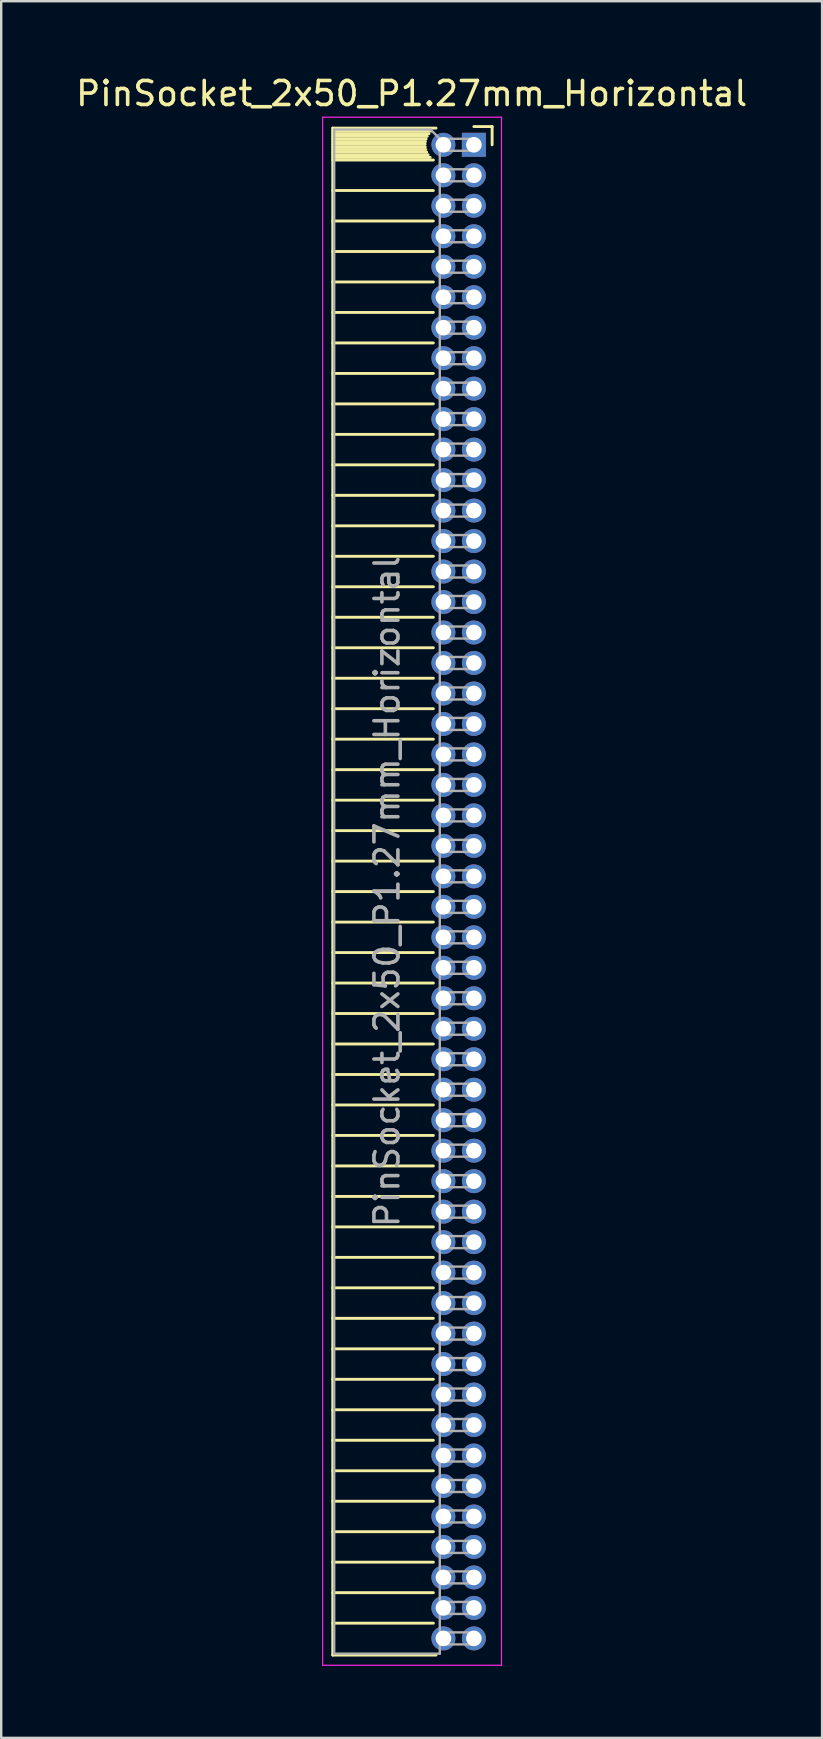
<source format=kicad_pcb>
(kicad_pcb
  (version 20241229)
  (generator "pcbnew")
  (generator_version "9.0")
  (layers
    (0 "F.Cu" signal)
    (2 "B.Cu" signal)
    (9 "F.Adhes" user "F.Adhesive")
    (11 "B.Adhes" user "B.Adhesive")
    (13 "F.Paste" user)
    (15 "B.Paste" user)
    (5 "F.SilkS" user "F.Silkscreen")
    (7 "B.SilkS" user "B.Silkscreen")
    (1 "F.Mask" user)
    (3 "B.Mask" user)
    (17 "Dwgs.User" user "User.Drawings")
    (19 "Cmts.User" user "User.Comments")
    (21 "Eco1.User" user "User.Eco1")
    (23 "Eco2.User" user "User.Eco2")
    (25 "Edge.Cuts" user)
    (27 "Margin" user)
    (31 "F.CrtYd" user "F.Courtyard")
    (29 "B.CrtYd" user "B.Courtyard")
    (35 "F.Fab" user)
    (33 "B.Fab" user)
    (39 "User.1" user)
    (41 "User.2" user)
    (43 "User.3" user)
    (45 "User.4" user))
  (footprint "PinSocket_2x50_P1.27mm_Horizontal"
    (layer "F.Cu")
    (at 16.694 2.983)
    (property "Reference" "PinSocket_2x50_P1.27mm_Horizontal" (at -2.592 -2.135 0) (layer "F.SilkS") (effects (font (size 1 1) (thickness 0.15))))
    (attr through_hole)
    (fp_line (start -5.88 -0.695) (end -5.88 62.925) (stroke (width 0.12) (type solid)) (layer "F.SilkS"))
    (fp_line (start -5.88 -0.695) (end -1.578 -0.695) (stroke (width 0.12) (type solid)) (layer "F.SilkS"))
    (fp_line (start -5.88 -0.575) (end -1.767 -0.575) (stroke (width 0.12) (type solid)) (layer "F.SilkS"))
    (fp_line (start -5.88 -0.465) (end -1.871 -0.465) (stroke (width 0.12) (type solid)) (layer "F.SilkS"))
    (fp_line (start -5.88 -0.355) (end -1.942 -0.355) (stroke (width 0.12) (type solid)) (layer "F.SilkS"))
    (fp_line (start -5.88 -0.245) (end -1.989 -0.245) (stroke (width 0.12) (type solid)) (layer "F.SilkS"))
    (fp_line (start -5.88 -0.135) (end -2.018 -0.135) (stroke (width 0.12) (type solid)) (layer "F.SilkS"))
    (fp_line (start -5.88 -0.025) (end -2.03 -0.025) (stroke (width 0.12) (type solid)) (layer "F.SilkS"))
    (fp_line (start -5.88 0.085) (end -2.025 0.085) (stroke (width 0.12) (type solid)) (layer "F.SilkS"))
    (fp_line (start -5.88 0.195) (end -2.005 0.195) (stroke (width 0.12) (type solid)) (layer "F.SilkS"))
    (fp_line (start -5.88 0.305) (end -1.966 0.305) (stroke (width 0.12) (type solid)) (layer "F.SilkS"))
    (fp_line (start -5.88 0.415) (end -1.907 0.415) (stroke (width 0.12) (type solid)) (layer "F.SilkS"))
    (fp_line (start -5.88 0.525) (end -1.82 0.525) (stroke (width 0.12) (type solid)) (layer "F.SilkS"))
    (fp_line (start -5.88 0.635) (end -1.688 0.635) (stroke (width 0.12) (type solid)) (layer "F.SilkS"))
    (fp_line (start -5.88 1.905) (end -1.688 1.905) (stroke (width 0.12) (type solid)) (layer "F.SilkS"))
    (fp_line (start -5.88 3.175) (end -1.688 3.175) (stroke (width 0.12) (type solid)) (layer "F.SilkS"))
    (fp_line (start -5.88 4.445) (end -1.688 4.445) (stroke (width 0.12) (type solid)) (layer "F.SilkS"))
    (fp_line (start -5.88 5.715) (end -1.688 5.715) (stroke (width 0.12) (type solid)) (layer "F.SilkS"))
    (fp_line (start -5.88 6.985) (end -1.688 6.985) (stroke (width 0.12) (type solid)) (layer "F.SilkS"))
    (fp_line (start -5.88 8.255) (end -1.688 8.255) (stroke (width 0.12) (type solid)) (layer "F.SilkS"))
    (fp_line (start -5.88 9.525) (end -1.688 9.525) (stroke (width 0.12) (type solid)) (layer "F.SilkS"))
    (fp_line (start -5.88 10.795) (end -1.688 10.795) (stroke (width 0.12) (type solid)) (layer "F.SilkS"))
    (fp_line (start -5.88 12.065) (end -1.688 12.065) (stroke (width 0.12) (type solid)) (layer "F.SilkS"))
    (fp_line (start -5.88 13.335) (end -1.688 13.335) (stroke (width 0.12) (type solid)) (layer "F.SilkS"))
    (fp_line (start -5.88 14.605) (end -1.688 14.605) (stroke (width 0.12) (type solid)) (layer "F.SilkS"))
    (fp_line (start -5.88 15.875) (end -1.688 15.875) (stroke (width 0.12) (type solid)) (layer "F.SilkS"))
    (fp_line (start -5.88 17.145) (end -1.688 17.145) (stroke (width 0.12) (type solid)) (layer "F.SilkS"))
    (fp_line (start -5.88 18.415) (end -1.688 18.415) (stroke (width 0.12) (type solid)) (layer "F.SilkS"))
    (fp_line (start -5.88 19.685) (end -1.688 19.685) (stroke (width 0.12) (type solid)) (layer "F.SilkS"))
    (fp_line (start -5.88 20.955) (end -1.688 20.955) (stroke (width 0.12) (type solid)) (layer "F.SilkS"))
    (fp_line (start -5.88 22.225) (end -1.688 22.225) (stroke (width 0.12) (type solid)) (layer "F.SilkS"))
    (fp_line (start -5.88 23.495) (end -1.688 23.495) (stroke (width 0.12) (type solid)) (layer "F.SilkS"))
    (fp_line (start -5.88 24.765) (end -1.688 24.765) (stroke (width 0.12) (type solid)) (layer "F.SilkS"))
    (fp_line (start -5.88 26.035) (end -1.688 26.035) (stroke (width 0.12) (type solid)) (layer "F.SilkS"))
    (fp_line (start -5.88 27.305) (end -1.688 27.305) (stroke (width 0.12) (type solid)) (layer "F.SilkS"))
    (fp_line (start -5.88 28.575) (end -1.688 28.575) (stroke (width 0.12) (type solid)) (layer "F.SilkS"))
    (fp_line (start -5.88 29.845) (end -1.688 29.845) (stroke (width 0.12) (type solid)) (layer "F.SilkS"))
    (fp_line (start -5.88 31.115) (end -1.688 31.115) (stroke (width 0.12) (type solid)) (layer "F.SilkS"))
    (fp_line (start -5.88 32.385) (end -1.688 32.385) (stroke (width 0.12) (type solid)) (layer "F.SilkS"))
    (fp_line (start -5.88 33.655) (end -1.688 33.655) (stroke (width 0.12) (type solid)) (layer "F.SilkS"))
    (fp_line (start -5.88 34.925) (end -1.688 34.925) (stroke (width 0.12) (type solid)) (layer "F.SilkS"))
    (fp_line (start -5.88 36.195) (end -1.688 36.195) (stroke (width 0.12) (type solid)) (layer "F.SilkS"))
    (fp_line (start -5.88 37.465) (end -1.688 37.465) (stroke (width 0.12) (type solid)) (layer "F.SilkS"))
    (fp_line (start -5.88 38.735) (end -1.688 38.735) (stroke (width 0.12) (type solid)) (layer "F.SilkS"))
    (fp_line (start -5.88 40.005) (end -1.688 40.005) (stroke (width 0.12) (type solid)) (layer "F.SilkS"))
    (fp_line (start -5.88 41.275) (end -1.688 41.275) (stroke (width 0.12) (type solid)) (layer "F.SilkS"))
    (fp_line (start -5.88 42.545) (end -1.688 42.545) (stroke (width 0.12) (type solid)) (layer "F.SilkS"))
    (fp_line (start -5.88 43.815) (end -1.688 43.815) (stroke (width 0.12) (type solid)) (layer "F.SilkS"))
    (fp_line (start -5.88 45.085) (end -1.688 45.085) (stroke (width 0.12) (type solid)) (layer "F.SilkS"))
    (fp_line (start -5.88 46.355) (end -1.688 46.355) (stroke (width 0.12) (type solid)) (layer "F.SilkS"))
    (fp_line (start -5.88 47.625) (end -1.688 47.625) (stroke (width 0.12) (type solid)) (layer "F.SilkS"))
    (fp_line (start -5.88 48.895) (end -1.688 48.895) (stroke (width 0.12) (type solid)) (layer "F.SilkS"))
    (fp_line (start -5.88 50.165) (end -1.688 50.165) (stroke (width 0.12) (type solid)) (layer "F.SilkS"))
    (fp_line (start -5.88 51.435) (end -1.688 51.435) (stroke (width 0.12) (type solid)) (layer "F.SilkS"))
    (fp_line (start -5.88 52.705) (end -1.688 52.705) (stroke (width 0.12) (type solid)) (layer "F.SilkS"))
    (fp_line (start -5.88 53.975) (end -1.688 53.975) (stroke (width 0.12) (type solid)) (layer "F.SilkS"))
    (fp_line (start -5.88 55.245) (end -1.688 55.245) (stroke (width 0.12) (type solid)) (layer "F.SilkS"))
    (fp_line (start -5.88 56.515) (end -1.688 56.515) (stroke (width 0.12) (type solid)) (layer "F.SilkS"))
    (fp_line (start -5.88 57.785) (end -1.688 57.785) (stroke (width 0.12) (type solid)) (layer "F.SilkS"))
    (fp_line (start -5.88 59.055) (end -1.688 59.055) (stroke (width 0.12) (type solid)) (layer "F.SilkS"))
    (fp_line (start -5.88 60.325) (end -1.688 60.325) (stroke (width 0.12) (type solid)) (layer "F.SilkS"))
    (fp_line (start -5.88 61.595) (end -1.688 61.595) (stroke (width 0.12) (type solid)) (layer "F.SilkS"))
    (fp_line (start -5.88 62.925) (end -1.578 62.925) (stroke (width 0.12) (type solid)) (layer "F.SilkS"))
    (fp_line (start 0 -0.76) (end 0.76 -0.76) (stroke (width 0.12) (type solid)) (layer "F.SilkS"))
    (fp_line (start 0.76 -0.76) (end 0.76 0) (stroke (width 0.12) (type solid)) (layer "F.SilkS"))
    (fp_line (start -6.3 -1.15) (end -6.3 63.35) (stroke (width 0.05) (type solid)) (layer "F.CrtYd"))
    (fp_line (start -6.3 63.35) (end 1.15 63.35) (stroke (width 0.05) (type solid)) (layer "F.CrtYd"))
    (fp_line (start 1.15 -1.15) (end -6.3 -1.15) (stroke (width 0.05) (type solid)) (layer "F.CrtYd"))
    (fp_line (start 1.15 63.35) (end 1.15 -1.15) (stroke (width 0.05) (type solid)) (layer "F.CrtYd"))
    (fp_line (start -5.82 -0.635) (end -1.805 -0.635) (stroke (width 0.1) (type solid)) (layer "F.Fab"))
    (fp_line (start -5.82 62.865) (end -5.82 -0.635) (stroke (width 0.1) (type solid)) (layer "F.Fab"))
    (fp_line (start -1.805 -0.635) (end -1.42 -0.25) (stroke (width 0.1) (type solid)) (layer "F.Fab"))
    (fp_line (start -1.42 -0.25) (end -1.42 62.865) (stroke (width 0.1) (type solid)) (layer "F.Fab"))
    (fp_line (start -1.42 0.25) (end 0 0.25) (stroke (width 0.1) (type solid)) (layer "F.Fab"))
    (fp_line (start -1.42 1.52) (end 0 1.52) (stroke (width 0.1) (type solid)) (layer "F.Fab"))
    (fp_line (start -1.42 2.79) (end 0 2.79) (stroke (width 0.1) (type solid)) (layer "F.Fab"))
    (fp_line (start -1.42 4.06) (end 0 4.06) (stroke (width 0.1) (type solid)) (layer "F.Fab"))
    (fp_line (start -1.42 5.33) (end 0 5.33) (stroke (width 0.1) (type solid)) (layer "F.Fab"))
    (fp_line (start -1.42 6.6) (end 0 6.6) (stroke (width 0.1) (type solid)) (layer "F.Fab"))
    (fp_line (start -1.42 7.87) (end 0 7.87) (stroke (width 0.1) (type solid)) (layer "F.Fab"))
    (fp_line (start -1.42 9.14) (end 0 9.14) (stroke (width 0.1) (type solid)) (layer "F.Fab"))
    (fp_line (start -1.42 10.41) (end 0 10.41) (stroke (width 0.1) (type solid)) (layer "F.Fab"))
    (fp_line (start -1.42 11.68) (end 0 11.68) (stroke (width 0.1) (type solid)) (layer "F.Fab"))
    (fp_line (start -1.42 12.95) (end 0 12.95) (stroke (width 0.1) (type solid)) (layer "F.Fab"))
    (fp_line (start -1.42 14.22) (end 0 14.22) (stroke (width 0.1) (type solid)) (layer "F.Fab"))
    (fp_line (start -1.42 15.49) (end 0 15.49) (stroke (width 0.1) (type solid)) (layer "F.Fab"))
    (fp_line (start -1.42 16.76) (end 0 16.76) (stroke (width 0.1) (type solid)) (layer "F.Fab"))
    (fp_line (start -1.42 18.03) (end 0 18.03) (stroke (width 0.1) (type solid)) (layer "F.Fab"))
    (fp_line (start -1.42 19.3) (end 0 19.3) (stroke (width 0.1) (type solid)) (layer "F.Fab"))
    (fp_line (start -1.42 20.57) (end 0 20.57) (stroke (width 0.1) (type solid)) (layer "F.Fab"))
    (fp_line (start -1.42 21.84) (end 0 21.84) (stroke (width 0.1) (type solid)) (layer "F.Fab"))
    (fp_line (start -1.42 23.11) (end 0 23.11) (stroke (width 0.1) (type solid)) (layer "F.Fab"))
    (fp_line (start -1.42 24.38) (end 0 24.38) (stroke (width 0.1) (type solid)) (layer "F.Fab"))
    (fp_line (start -1.42 25.65) (end 0 25.65) (stroke (width 0.1) (type solid)) (layer "F.Fab"))
    (fp_line (start -1.42 26.92) (end 0 26.92) (stroke (width 0.1) (type solid)) (layer "F.Fab"))
    (fp_line (start -1.42 28.19) (end 0 28.19) (stroke (width 0.1) (type solid)) (layer "F.Fab"))
    (fp_line (start -1.42 29.46) (end 0 29.46) (stroke (width 0.1) (type solid)) (layer "F.Fab"))
    (fp_line (start -1.42 30.73) (end 0 30.73) (stroke (width 0.1) (type solid)) (layer "F.Fab"))
    (fp_line (start -1.42 32) (end 0 32) (stroke (width 0.1) (type solid)) (layer "F.Fab"))
    (fp_line (start -1.42 33.27) (end 0 33.27) (stroke (width 0.1) (type solid)) (layer "F.Fab"))
    (fp_line (start -1.42 34.54) (end 0 34.54) (stroke (width 0.1) (type solid)) (layer "F.Fab"))
    (fp_line (start -1.42 35.81) (end 0 35.81) (stroke (width 0.1) (type solid)) (layer "F.Fab"))
    (fp_line (start -1.42 37.08) (end 0 37.08) (stroke (width 0.1) (type solid)) (layer "F.Fab"))
    (fp_line (start -1.42 38.35) (end 0 38.35) (stroke (width 0.1) (type solid)) (layer "F.Fab"))
    (fp_line (start -1.42 39.62) (end 0 39.62) (stroke (width 0.1) (type solid)) (layer "F.Fab"))
    (fp_line (start -1.42 40.89) (end 0 40.89) (stroke (width 0.1) (type solid)) (layer "F.Fab"))
    (fp_line (start -1.42 42.16) (end 0 42.16) (stroke (width 0.1) (type solid)) (layer "F.Fab"))
    (fp_line (start -1.42 43.43) (end 0 43.43) (stroke (width 0.1) (type solid)) (layer "F.Fab"))
    (fp_line (start -1.42 44.7) (end 0 44.7) (stroke (width 0.1) (type solid)) (layer "F.Fab"))
    (fp_line (start -1.42 45.97) (end 0 45.97) (stroke (width 0.1) (type solid)) (layer "F.Fab"))
    (fp_line (start -1.42 47.24) (end 0 47.24) (stroke (width 0.1) (type solid)) (layer "F.Fab"))
    (fp_line (start -1.42 48.51) (end 0 48.51) (stroke (width 0.1) (type solid)) (layer "F.Fab"))
    (fp_line (start -1.42 49.78) (end 0 49.78) (stroke (width 0.1) (type solid)) (layer "F.Fab"))
    (fp_line (start -1.42 51.05) (end 0 51.05) (stroke (width 0.1) (type solid)) (layer "F.Fab"))
    (fp_line (start -1.42 52.32) (end 0 52.32) (stroke (width 0.1) (type solid)) (layer "F.Fab"))
    (fp_line (start -1.42 53.59) (end 0 53.59) (stroke (width 0.1) (type solid)) (layer "F.Fab"))
    (fp_line (start -1.42 54.86) (end 0 54.86) (stroke (width 0.1) (type solid)) (layer "F.Fab"))
    (fp_line (start -1.42 56.13) (end 0 56.13) (stroke (width 0.1) (type solid)) (layer "F.Fab"))
    (fp_line (start -1.42 57.4) (end 0 57.4) (stroke (width 0.1) (type solid)) (layer "F.Fab"))
    (fp_line (start -1.42 58.67) (end 0 58.67) (stroke (width 0.1) (type solid)) (layer "F.Fab"))
    (fp_line (start -1.42 59.94) (end 0 59.94) (stroke (width 0.1) (type solid)) (layer "F.Fab"))
    (fp_line (start -1.42 61.21) (end 0 61.21) (stroke (width 0.1) (type solid)) (layer "F.Fab"))
    (fp_line (start -1.42 62.48) (end 0 62.48) (stroke (width 0.1) (type solid)) (layer "F.Fab"))
    (fp_line (start -1.42 62.865) (end -5.82 62.865) (stroke (width 0.1) (type solid)) (layer "F.Fab"))
    (fp_line (start 0 -0.25) (end -1.42 -0.25) (stroke (width 0.1) (type solid)) (layer "F.Fab"))
    (fp_line (start 0 0.25) (end 0 -0.25) (stroke (width 0.1) (type solid)) (layer "F.Fab"))
    (fp_line (start 0 1.02) (end -1.42 1.02) (stroke (width 0.1) (type solid)) (layer "F.Fab"))
    (fp_line (start 0 1.52) (end 0 1.02) (stroke (width 0.1) (type solid)) (layer "F.Fab"))
    (fp_line (start 0 2.29) (end -1.42 2.29) (stroke (width 0.1) (type solid)) (layer "F.Fab"))
    (fp_line (start 0 2.79) (end 0 2.29) (stroke (width 0.1) (type solid)) (layer "F.Fab"))
    (fp_line (start 0 3.56) (end -1.42 3.56) (stroke (width 0.1) (type solid)) (layer "F.Fab"))
    (fp_line (start 0 4.06) (end 0 3.56) (stroke (width 0.1) (type solid)) (layer "F.Fab"))
    (fp_line (start 0 4.83) (end -1.42 4.83) (stroke (width 0.1) (type solid)) (layer "F.Fab"))
    (fp_line (start 0 5.33) (end 0 4.83) (stroke (width 0.1) (type solid)) (layer "F.Fab"))
    (fp_line (start 0 6.1) (end -1.42 6.1) (stroke (width 0.1) (type solid)) (layer "F.Fab"))
    (fp_line (start 0 6.6) (end 0 6.1) (stroke (width 0.1) (type solid)) (layer "F.Fab"))
    (fp_line (start 0 7.37) (end -1.42 7.37) (stroke (width 0.1) (type solid)) (layer "F.Fab"))
    (fp_line (start 0 7.87) (end 0 7.37) (stroke (width 0.1) (type solid)) (layer "F.Fab"))
    (fp_line (start 0 8.64) (end -1.42 8.64) (stroke (width 0.1) (type solid)) (layer "F.Fab"))
    (fp_line (start 0 9.14) (end 0 8.64) (stroke (width 0.1) (type solid)) (layer "F.Fab"))
    (fp_line (start 0 9.91) (end -1.42 9.91) (stroke (width 0.1) (type solid)) (layer "F.Fab"))
    (fp_line (start 0 10.41) (end 0 9.91) (stroke (width 0.1) (type solid)) (layer "F.Fab"))
    (fp_line (start 0 11.18) (end -1.42 11.18) (stroke (width 0.1) (type solid)) (layer "F.Fab"))
    (fp_line (start 0 11.68) (end 0 11.18) (stroke (width 0.1) (type solid)) (layer "F.Fab"))
    (fp_line (start 0 12.45) (end -1.42 12.45) (stroke (width 0.1) (type solid)) (layer "F.Fab"))
    (fp_line (start 0 12.95) (end 0 12.45) (stroke (width 0.1) (type solid)) (layer "F.Fab"))
    (fp_line (start 0 13.72) (end -1.42 13.72) (stroke (width 0.1) (type solid)) (layer "F.Fab"))
    (fp_line (start 0 14.22) (end 0 13.72) (stroke (width 0.1) (type solid)) (layer "F.Fab"))
    (fp_line (start 0 14.99) (end -1.42 14.99) (stroke (width 0.1) (type solid)) (layer "F.Fab"))
    (fp_line (start 0 15.49) (end 0 14.99) (stroke (width 0.1) (type solid)) (layer "F.Fab"))
    (fp_line (start 0 16.26) (end -1.42 16.26) (stroke (width 0.1) (type solid)) (layer "F.Fab"))
    (fp_line (start 0 16.76) (end 0 16.26) (stroke (width 0.1) (type solid)) (layer "F.Fab"))
    (fp_line (start 0 17.53) (end -1.42 17.53) (stroke (width 0.1) (type solid)) (layer "F.Fab"))
    (fp_line (start 0 18.03) (end 0 17.53) (stroke (width 0.1) (type solid)) (layer "F.Fab"))
    (fp_line (start 0 18.8) (end -1.42 18.8) (stroke (width 0.1) (type solid)) (layer "F.Fab"))
    (fp_line (start 0 19.3) (end 0 18.8) (stroke (width 0.1) (type solid)) (layer "F.Fab"))
    (fp_line (start 0 20.07) (end -1.42 20.07) (stroke (width 0.1) (type solid)) (layer "F.Fab"))
    (fp_line (start 0 20.57) (end 0 20.07) (stroke (width 0.1) (type solid)) (layer "F.Fab"))
    (fp_line (start 0 21.34) (end -1.42 21.34) (stroke (width 0.1) (type solid)) (layer "F.Fab"))
    (fp_line (start 0 21.84) (end 0 21.34) (stroke (width 0.1) (type solid)) (layer "F.Fab"))
    (fp_line (start 0 22.61) (end -1.42 22.61) (stroke (width 0.1) (type solid)) (layer "F.Fab"))
    (fp_line (start 0 23.11) (end 0 22.61) (stroke (width 0.1) (type solid)) (layer "F.Fab"))
    (fp_line (start 0 23.88) (end -1.42 23.88) (stroke (width 0.1) (type solid)) (layer "F.Fab"))
    (fp_line (start 0 24.38) (end 0 23.88) (stroke (width 0.1) (type solid)) (layer "F.Fab"))
    (fp_line (start 0 25.15) (end -1.42 25.15) (stroke (width 0.1) (type solid)) (layer "F.Fab"))
    (fp_line (start 0 25.65) (end 0 25.15) (stroke (width 0.1) (type solid)) (layer "F.Fab"))
    (fp_line (start 0 26.42) (end -1.42 26.42) (stroke (width 0.1) (type solid)) (layer "F.Fab"))
    (fp_line (start 0 26.92) (end 0 26.42) (stroke (width 0.1) (type solid)) (layer "F.Fab"))
    (fp_line (start 0 27.69) (end -1.42 27.69) (stroke (width 0.1) (type solid)) (layer "F.Fab"))
    (fp_line (start 0 28.19) (end 0 27.69) (stroke (width 0.1) (type solid)) (layer "F.Fab"))
    (fp_line (start 0 28.96) (end -1.42 28.96) (stroke (width 0.1) (type solid)) (layer "F.Fab"))
    (fp_line (start 0 29.46) (end 0 28.96) (stroke (width 0.1) (type solid)) (layer "F.Fab"))
    (fp_line (start 0 30.23) (end -1.42 30.23) (stroke (width 0.1) (type solid)) (layer "F.Fab"))
    (fp_line (start 0 30.73) (end 0 30.23) (stroke (width 0.1) (type solid)) (layer "F.Fab"))
    (fp_line (start 0 31.5) (end -1.42 31.5) (stroke (width 0.1) (type solid)) (layer "F.Fab"))
    (fp_line (start 0 32) (end 0 31.5) (stroke (width 0.1) (type solid)) (layer "F.Fab"))
    (fp_line (start 0 32.77) (end -1.42 32.77) (stroke (width 0.1) (type solid)) (layer "F.Fab"))
    (fp_line (start 0 33.27) (end 0 32.77) (stroke (width 0.1) (type solid)) (layer "F.Fab"))
    (fp_line (start 0 34.04) (end -1.42 34.04) (stroke (width 0.1) (type solid)) (layer "F.Fab"))
    (fp_line (start 0 34.54) (end 0 34.04) (stroke (width 0.1) (type solid)) (layer "F.Fab"))
    (fp_line (start 0 35.31) (end -1.42 35.31) (stroke (width 0.1) (type solid)) (layer "F.Fab"))
    (fp_line (start 0 35.81) (end 0 35.31) (stroke (width 0.1) (type solid)) (layer "F.Fab"))
    (fp_line (start 0 36.58) (end -1.42 36.58) (stroke (width 0.1) (type solid)) (layer "F.Fab"))
    (fp_line (start 0 37.08) (end 0 36.58) (stroke (width 0.1) (type solid)) (layer "F.Fab"))
    (fp_line (start 0 37.85) (end -1.42 37.85) (stroke (width 0.1) (type solid)) (layer "F.Fab"))
    (fp_line (start 0 38.35) (end 0 37.85) (stroke (width 0.1) (type solid)) (layer "F.Fab"))
    (fp_line (start 0 39.12) (end -1.42 39.12) (stroke (width 0.1) (type solid)) (layer "F.Fab"))
    (fp_line (start 0 39.62) (end 0 39.12) (stroke (width 0.1) (type solid)) (layer "F.Fab"))
    (fp_line (start 0 40.39) (end -1.42 40.39) (stroke (width 0.1) (type solid)) (layer "F.Fab"))
    (fp_line (start 0 40.89) (end 0 40.39) (stroke (width 0.1) (type solid)) (layer "F.Fab"))
    (fp_line (start 0 41.66) (end -1.42 41.66) (stroke (width 0.1) (type solid)) (layer "F.Fab"))
    (fp_line (start 0 42.16) (end 0 41.66) (stroke (width 0.1) (type solid)) (layer "F.Fab"))
    (fp_line (start 0 42.93) (end -1.42 42.93) (stroke (width 0.1) (type solid)) (layer "F.Fab"))
    (fp_line (start 0 43.43) (end 0 42.93) (stroke (width 0.1) (type solid)) (layer "F.Fab"))
    (fp_line (start 0 44.2) (end -1.42 44.2) (stroke (width 0.1) (type solid)) (layer "F.Fab"))
    (fp_line (start 0 44.7) (end 0 44.2) (stroke (width 0.1) (type solid)) (layer "F.Fab"))
    (fp_line (start 0 45.47) (end -1.42 45.47) (stroke (width 0.1) (type solid)) (layer "F.Fab"))
    (fp_line (start 0 45.97) (end 0 45.47) (stroke (width 0.1) (type solid)) (layer "F.Fab"))
    (fp_line (start 0 46.74) (end -1.42 46.74) (stroke (width 0.1) (type solid)) (layer "F.Fab"))
    (fp_line (start 0 47.24) (end 0 46.74) (stroke (width 0.1) (type solid)) (layer "F.Fab"))
    (fp_line (start 0 48.01) (end -1.42 48.01) (stroke (width 0.1) (type solid)) (layer "F.Fab"))
    (fp_line (start 0 48.51) (end 0 48.01) (stroke (width 0.1) (type solid)) (layer "F.Fab"))
    (fp_line (start 0 49.28) (end -1.42 49.28) (stroke (width 0.1) (type solid)) (layer "F.Fab"))
    (fp_line (start 0 49.78) (end 0 49.28) (stroke (width 0.1) (type solid)) (layer "F.Fab"))
    (fp_line (start 0 50.55) (end -1.42 50.55) (stroke (width 0.1) (type solid)) (layer "F.Fab"))
    (fp_line (start 0 51.05) (end 0 50.55) (stroke (width 0.1) (type solid)) (layer "F.Fab"))
    (fp_line (start 0 51.82) (end -1.42 51.82) (stroke (width 0.1) (type solid)) (layer "F.Fab"))
    (fp_line (start 0 52.32) (end 0 51.82) (stroke (width 0.1) (type solid)) (layer "F.Fab"))
    (fp_line (start 0 53.09) (end -1.42 53.09) (stroke (width 0.1) (type solid)) (layer "F.Fab"))
    (fp_line (start 0 53.59) (end 0 53.09) (stroke (width 0.1) (type solid)) (layer "F.Fab"))
    (fp_line (start 0 54.36) (end -1.42 54.36) (stroke (width 0.1) (type solid)) (layer "F.Fab"))
    (fp_line (start 0 54.86) (end 0 54.36) (stroke (width 0.1) (type solid)) (layer "F.Fab"))
    (fp_line (start 0 55.63) (end -1.42 55.63) (stroke (width 0.1) (type solid)) (layer "F.Fab"))
    (fp_line (start 0 56.13) (end 0 55.63) (stroke (width 0.1) (type solid)) (layer "F.Fab"))
    (fp_line (start 0 56.9) (end -1.42 56.9) (stroke (width 0.1) (type solid)) (layer "F.Fab"))
    (fp_line (start 0 57.4) (end 0 56.9) (stroke (width 0.1) (type solid)) (layer "F.Fab"))
    (fp_line (start 0 58.17) (end -1.42 58.17) (stroke (width 0.1) (type solid)) (layer "F.Fab"))
    (fp_line (start 0 58.67) (end 0 58.17) (stroke (width 0.1) (type solid)) (layer "F.Fab"))
    (fp_line (start 0 59.44) (end -1.42 59.44) (stroke (width 0.1) (type solid)) (layer "F.Fab"))
    (fp_line (start 0 59.94) (end 0 59.44) (stroke (width 0.1) (type solid)) (layer "F.Fab"))
    (fp_line (start 0 60.71) (end -1.42 60.71) (stroke (width 0.1) (type solid)) (layer "F.Fab"))
    (fp_line (start 0 61.21) (end 0 60.71) (stroke (width 0.1) (type solid)) (layer "F.Fab"))
    (fp_line (start 0 61.98) (end -1.42 61.98) (stroke (width 0.1) (type solid)) (layer "F.Fab"))
    (fp_line (start 0 62.48) (end 0 61.98) (stroke (width 0.1) (type solid)) (layer "F.Fab"))
    (fp_text user "${REFERENCE}" (at -3.62 31.115 90) (layer "F.Fab") (effects (font (size 1 1) (thickness 0.15))))
    (pad "1" thru_hole rect (at 0 0) (size 1 1) (drill 0.65) (layers "*.Cu" "*.Mask"))
    (pad "2" thru_hole circle (at -1.27 0) (size 1 1) (drill 0.65) (layers "*.Cu" "*.Mask"))
    (pad "3" thru_hole circle (at 0 1.27) (size 1 1) (drill 0.65) (layers "*.Cu" "*.Mask"))
    (pad "4" thru_hole circle (at -1.27 1.27) (size 1 1) (drill 0.65) (layers "*.Cu" "*.Mask"))
    (pad "5" thru_hole circle (at 0 2.54) (size 1 1) (drill 0.65) (layers "*.Cu" "*.Mask"))
    (pad "6" thru_hole circle (at -1.27 2.54) (size 1 1) (drill 0.65) (layers "*.Cu" "*.Mask"))
    (pad "7" thru_hole circle (at 0 3.81) (size 1 1) (drill 0.65) (layers "*.Cu" "*.Mask"))
    (pad "8" thru_hole circle (at -1.27 3.81) (size 1 1) (drill 0.65) (layers "*.Cu" "*.Mask"))
    (pad "9" thru_hole circle (at 0 5.08) (size 1 1) (drill 0.65) (layers "*.Cu" "*.Mask"))
    (pad "10" thru_hole circle (at -1.27 5.08) (size 1 1) (drill 0.65) (layers "*.Cu" "*.Mask"))
    (pad "11" thru_hole circle (at 0 6.35) (size 1 1) (drill 0.65) (layers "*.Cu" "*.Mask"))
    (pad "12" thru_hole circle (at -1.27 6.35) (size 1 1) (drill 0.65) (layers "*.Cu" "*.Mask"))
    (pad "13" thru_hole circle (at 0 7.62) (size 1 1) (drill 0.65) (layers "*.Cu" "*.Mask"))
    (pad "14" thru_hole circle (at -1.27 7.62) (size 1 1) (drill 0.65) (layers "*.Cu" "*.Mask"))
    (pad "15" thru_hole circle (at 0 8.89) (size 1 1) (drill 0.65) (layers "*.Cu" "*.Mask"))
    (pad "16" thru_hole circle (at -1.27 8.89) (size 1 1) (drill 0.65) (layers "*.Cu" "*.Mask"))
    (pad "17" thru_hole circle (at 0 10.16) (size 1 1) (drill 0.65) (layers "*.Cu" "*.Mask"))
    (pad "18" thru_hole circle (at -1.27 10.16) (size 1 1) (drill 0.65) (layers "*.Cu" "*.Mask"))
    (pad "19" thru_hole circle (at 0 11.43) (size 1 1) (drill 0.65) (layers "*.Cu" "*.Mask"))
    (pad "20" thru_hole circle (at -1.27 11.43) (size 1 1) (drill 0.65) (layers "*.Cu" "*.Mask"))
    (pad "21" thru_hole circle (at 0 12.7) (size 1 1) (drill 0.65) (layers "*.Cu" "*.Mask"))
    (pad "22" thru_hole circle (at -1.27 12.7) (size 1 1) (drill 0.65) (layers "*.Cu" "*.Mask"))
    (pad "23" thru_hole circle (at 0 13.97) (size 1 1) (drill 0.65) (layers "*.Cu" "*.Mask"))
    (pad "24" thru_hole circle (at -1.27 13.97) (size 1 1) (drill 0.65) (layers "*.Cu" "*.Mask"))
    (pad "25" thru_hole circle (at 0 15.24) (size 1 1) (drill 0.65) (layers "*.Cu" "*.Mask"))
    (pad "26" thru_hole circle (at -1.27 15.24) (size 1 1) (drill 0.65) (layers "*.Cu" "*.Mask"))
    (pad "27" thru_hole circle (at 0 16.51) (size 1 1) (drill 0.65) (layers "*.Cu" "*.Mask"))
    (pad "28" thru_hole circle (at -1.27 16.51) (size 1 1) (drill 0.65) (layers "*.Cu" "*.Mask"))
    (pad "29" thru_hole circle (at 0 17.78) (size 1 1) (drill 0.65) (layers "*.Cu" "*.Mask"))
    (pad "30" thru_hole circle (at -1.27 17.78) (size 1 1) (drill 0.65) (layers "*.Cu" "*.Mask"))
    (pad "31" thru_hole circle (at 0 19.05) (size 1 1) (drill 0.65) (layers "*.Cu" "*.Mask"))
    (pad "32" thru_hole circle (at -1.27 19.05) (size 1 1) (drill 0.65) (layers "*.Cu" "*.Mask"))
    (pad "33" thru_hole circle (at 0 20.32) (size 1 1) (drill 0.65) (layers "*.Cu" "*.Mask"))
    (pad "34" thru_hole circle (at -1.27 20.32) (size 1 1) (drill 0.65) (layers "*.Cu" "*.Mask"))
    (pad "35" thru_hole circle (at 0 21.59) (size 1 1) (drill 0.65) (layers "*.Cu" "*.Mask"))
    (pad "36" thru_hole circle (at -1.27 21.59) (size 1 1) (drill 0.65) (layers "*.Cu" "*.Mask"))
    (pad "37" thru_hole circle (at 0 22.86) (size 1 1) (drill 0.65) (layers "*.Cu" "*.Mask"))
    (pad "38" thru_hole circle (at -1.27 22.86) (size 1 1) (drill 0.65) (layers "*.Cu" "*.Mask"))
    (pad "39" thru_hole circle (at 0 24.13) (size 1 1) (drill 0.65) (layers "*.Cu" "*.Mask"))
    (pad "40" thru_hole circle (at -1.27 24.13) (size 1 1) (drill 0.65) (layers "*.Cu" "*.Mask"))
    (pad "41" thru_hole circle (at 0 25.4) (size 1 1) (drill 0.65) (layers "*.Cu" "*.Mask"))
    (pad "42" thru_hole circle (at -1.27 25.4) (size 1 1) (drill 0.65) (layers "*.Cu" "*.Mask"))
    (pad "43" thru_hole circle (at 0 26.67) (size 1 1) (drill 0.65) (layers "*.Cu" "*.Mask"))
    (pad "44" thru_hole circle (at -1.27 26.67) (size 1 1) (drill 0.65) (layers "*.Cu" "*.Mask"))
    (pad "45" thru_hole circle (at 0 27.94) (size 1 1) (drill 0.65) (layers "*.Cu" "*.Mask"))
    (pad "46" thru_hole circle (at -1.27 27.94) (size 1 1) (drill 0.65) (layers "*.Cu" "*.Mask"))
    (pad "47" thru_hole circle (at 0 29.21) (size 1 1) (drill 0.65) (layers "*.Cu" "*.Mask"))
    (pad "48" thru_hole circle (at -1.27 29.21) (size 1 1) (drill 0.65) (layers "*.Cu" "*.Mask"))
    (pad "49" thru_hole circle (at 0 30.48) (size 1 1) (drill 0.65) (layers "*.Cu" "*.Mask"))
    (pad "50" thru_hole circle (at -1.27 30.48) (size 1 1) (drill 0.65) (layers "*.Cu" "*.Mask"))
    (pad "51" thru_hole circle (at 0 31.75) (size 1 1) (drill 0.65) (layers "*.Cu" "*.Mask"))
    (pad "52" thru_hole circle (at -1.27 31.75) (size 1 1) (drill 0.65) (layers "*.Cu" "*.Mask"))
    (pad "53" thru_hole circle (at 0 33.02) (size 1 1) (drill 0.65) (layers "*.Cu" "*.Mask"))
    (pad "54" thru_hole circle (at -1.27 33.02) (size 1 1) (drill 0.65) (layers "*.Cu" "*.Mask"))
    (pad "55" thru_hole circle (at 0 34.29) (size 1 1) (drill 0.65) (layers "*.Cu" "*.Mask"))
    (pad "56" thru_hole circle (at -1.27 34.29) (size 1 1) (drill 0.65) (layers "*.Cu" "*.Mask"))
    (pad "57" thru_hole circle (at 0 35.56) (size 1 1) (drill 0.65) (layers "*.Cu" "*.Mask"))
    (pad "58" thru_hole circle (at -1.27 35.56) (size 1 1) (drill 0.65) (layers "*.Cu" "*.Mask"))
    (pad "59" thru_hole circle (at 0 36.83) (size 1 1) (drill 0.65) (layers "*.Cu" "*.Mask"))
    (pad "60" thru_hole circle (at -1.27 36.83) (size 1 1) (drill 0.65) (layers "*.Cu" "*.Mask"))
    (pad "61" thru_hole circle (at 0 38.1) (size 1 1) (drill 0.65) (layers "*.Cu" "*.Mask"))
    (pad "62" thru_hole circle (at -1.27 38.1) (size 1 1) (drill 0.65) (layers "*.Cu" "*.Mask"))
    (pad "63" thru_hole circle (at 0 39.37) (size 1 1) (drill 0.65) (layers "*.Cu" "*.Mask"))
    (pad "64" thru_hole circle (at -1.27 39.37) (size 1 1) (drill 0.65) (layers "*.Cu" "*.Mask"))
    (pad "65" thru_hole circle (at 0 40.64) (size 1 1) (drill 0.65) (layers "*.Cu" "*.Mask"))
    (pad "66" thru_hole circle (at -1.27 40.64) (size 1 1) (drill 0.65) (layers "*.Cu" "*.Mask"))
    (pad "67" thru_hole circle (at 0 41.91) (size 1 1) (drill 0.65) (layers "*.Cu" "*.Mask"))
    (pad "68" thru_hole circle (at -1.27 41.91) (size 1 1) (drill 0.65) (layers "*.Cu" "*.Mask"))
    (pad "69" thru_hole circle (at 0 43.18) (size 1 1) (drill 0.65) (layers "*.Cu" "*.Mask"))
    (pad "70" thru_hole circle (at -1.27 43.18) (size 1 1) (drill 0.65) (layers "*.Cu" "*.Mask"))
    (pad "71" thru_hole circle (at 0 44.45) (size 1 1) (drill 0.65) (layers "*.Cu" "*.Mask"))
    (pad "72" thru_hole circle (at -1.27 44.45) (size 1 1) (drill 0.65) (layers "*.Cu" "*.Mask"))
    (pad "73" thru_hole circle (at 0 45.72) (size 1 1) (drill 0.65) (layers "*.Cu" "*.Mask"))
    (pad "74" thru_hole circle (at -1.27 45.72) (size 1 1) (drill 0.65) (layers "*.Cu" "*.Mask"))
    (pad "75" thru_hole circle (at 0 46.99) (size 1 1) (drill 0.65) (layers "*.Cu" "*.Mask"))
    (pad "76" thru_hole circle (at -1.27 46.99) (size 1 1) (drill 0.65) (layers "*.Cu" "*.Mask"))
    (pad "77" thru_hole circle (at 0 48.26) (size 1 1) (drill 0.65) (layers "*.Cu" "*.Mask"))
    (pad "78" thru_hole circle (at -1.27 48.26) (size 1 1) (drill 0.65) (layers "*.Cu" "*.Mask"))
    (pad "79" thru_hole circle (at 0 49.53) (size 1 1) (drill 0.65) (layers "*.Cu" "*.Mask"))
    (pad "80" thru_hole circle (at -1.27 49.53) (size 1 1) (drill 0.65) (layers "*.Cu" "*.Mask"))
    (pad "81" thru_hole circle (at 0 50.8) (size 1 1) (drill 0.65) (layers "*.Cu" "*.Mask"))
    (pad "82" thru_hole circle (at -1.27 50.8) (size 1 1) (drill 0.65) (layers "*.Cu" "*.Mask"))
    (pad "83" thru_hole circle (at 0 52.07) (size 1 1) (drill 0.65) (layers "*.Cu" "*.Mask"))
    (pad "84" thru_hole circle (at -1.27 52.07) (size 1 1) (drill 0.65) (layers "*.Cu" "*.Mask"))
    (pad "85" thru_hole circle (at 0 53.34) (size 1 1) (drill 0.65) (layers "*.Cu" "*.Mask"))
    (pad "86" thru_hole circle (at -1.27 53.34) (size 1 1) (drill 0.65) (layers "*.Cu" "*.Mask"))
    (pad "87" thru_hole circle (at 0 54.61) (size 1 1) (drill 0.65) (layers "*.Cu" "*.Mask"))
    (pad "88" thru_hole circle (at -1.27 54.61) (size 1 1) (drill 0.65) (layers "*.Cu" "*.Mask"))
    (pad "89" thru_hole circle (at 0 55.88) (size 1 1) (drill 0.65) (layers "*.Cu" "*.Mask"))
    (pad "90" thru_hole circle (at -1.27 55.88) (size 1 1) (drill 0.65) (layers "*.Cu" "*.Mask"))
    (pad "91" thru_hole circle (at 0 57.15) (size 1 1) (drill 0.65) (layers "*.Cu" "*.Mask"))
    (pad "92" thru_hole circle (at -1.27 57.15) (size 1 1) (drill 0.65) (layers "*.Cu" "*.Mask"))
    (pad "93" thru_hole circle (at 0 58.42) (size 1 1) (drill 0.65) (layers "*.Cu" "*.Mask"))
    (pad "94" thru_hole circle (at -1.27 58.42) (size 1 1) (drill 0.65) (layers "*.Cu" "*.Mask"))
    (pad "95" thru_hole circle (at 0 59.69) (size 1 1) (drill 0.65) (layers "*.Cu" "*.Mask"))
    (pad "96" thru_hole circle (at -1.27 59.69) (size 1 1) (drill 0.65) (layers "*.Cu" "*.Mask"))
    (pad "97" thru_hole circle (at 0 60.96) (size 1 1) (drill 0.65) (layers "*.Cu" "*.Mask"))
    (pad "98" thru_hole circle (at -1.27 60.96) (size 1 1) (drill 0.65) (layers "*.Cu" "*.Mask"))
    (pad "99" thru_hole circle (at 0 62.23) (size 1 1) (drill 0.65) (layers "*.Cu" "*.Mask"))
    (pad "100" thru_hole circle (at -1.27 62.23) (size 1 1) (drill 0.65) (layers "*.Cu" "*.Mask")))
  (gr_rect
    (start -3 -3)
    (end 31.202 69.358)
    (stroke (width 0.1) (type default))
    (fill no)
    (layer "Edge.Cuts")))
</source>
